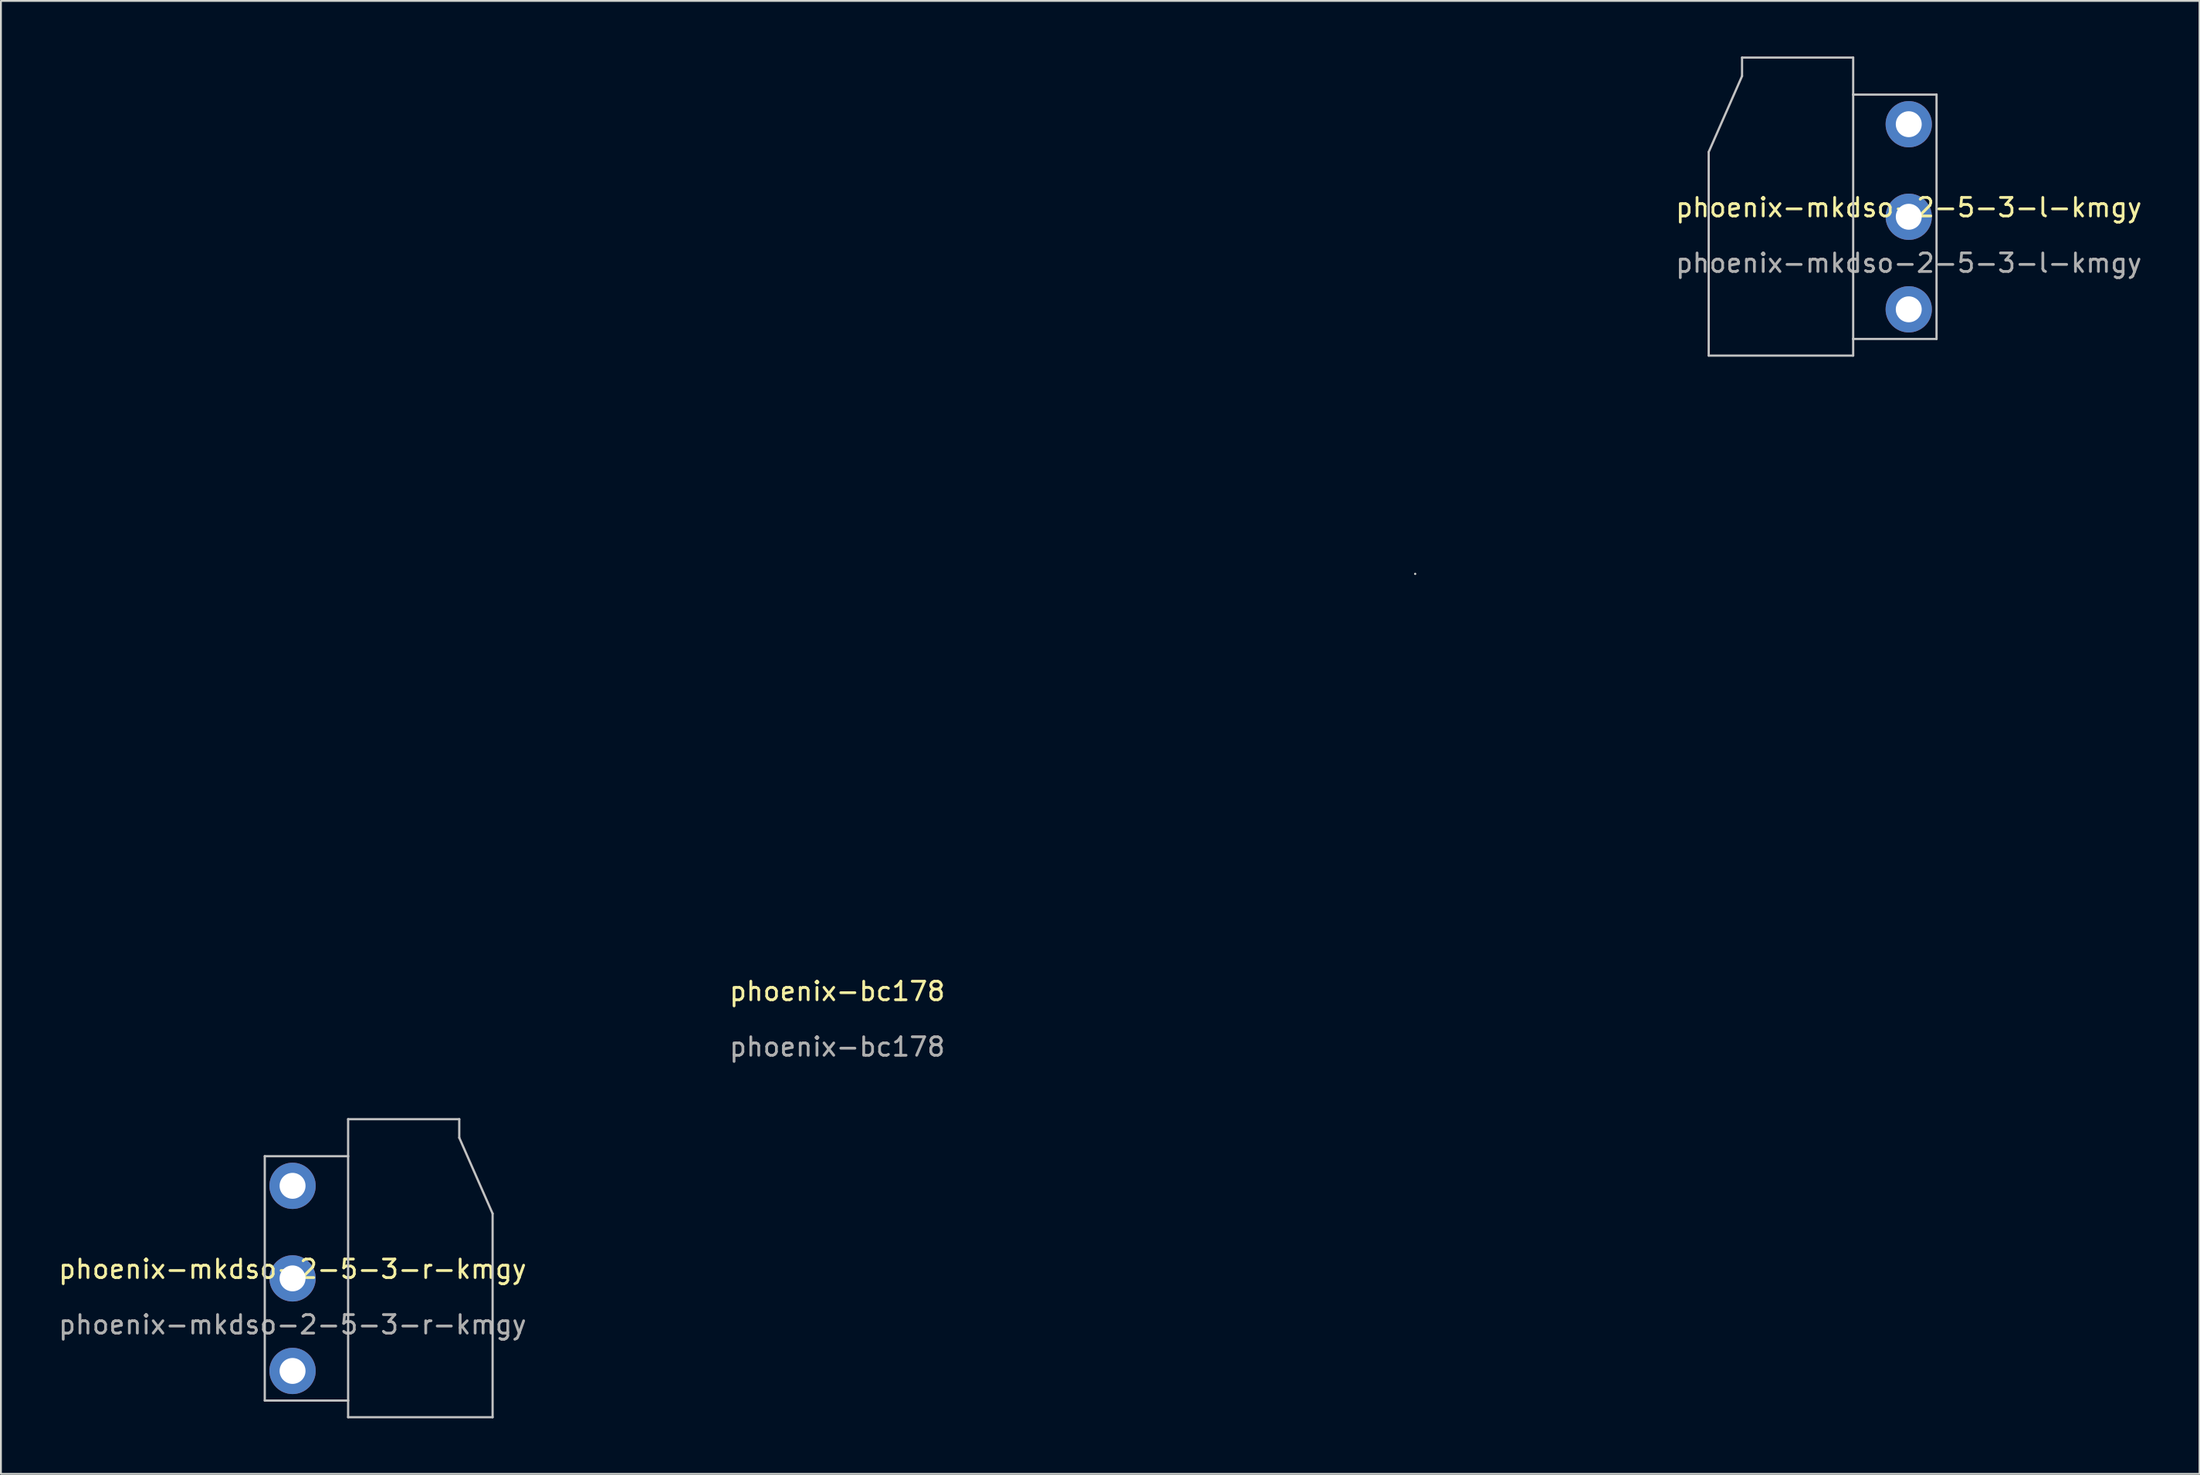
<source format=kicad_pcb>
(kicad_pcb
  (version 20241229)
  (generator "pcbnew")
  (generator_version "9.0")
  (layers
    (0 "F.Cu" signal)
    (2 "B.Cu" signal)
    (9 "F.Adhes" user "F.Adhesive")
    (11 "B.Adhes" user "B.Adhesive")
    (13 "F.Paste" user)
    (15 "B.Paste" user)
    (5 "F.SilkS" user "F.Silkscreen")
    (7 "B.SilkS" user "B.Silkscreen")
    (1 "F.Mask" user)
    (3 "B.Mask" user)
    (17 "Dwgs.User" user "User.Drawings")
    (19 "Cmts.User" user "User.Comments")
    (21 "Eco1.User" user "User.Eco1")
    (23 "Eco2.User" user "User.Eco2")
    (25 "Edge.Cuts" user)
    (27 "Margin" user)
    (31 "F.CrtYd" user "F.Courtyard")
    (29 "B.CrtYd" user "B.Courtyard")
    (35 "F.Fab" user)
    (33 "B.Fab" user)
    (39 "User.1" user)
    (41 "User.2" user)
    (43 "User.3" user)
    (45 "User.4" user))
  (footprint "phoenix-bc178"
    (layer "F.Cu")
    (at 42.151 51.001)
    (property "Reference" "phoenix-bc178" (at 0 -0.5 0) (unlocked yes) (layer "F.SilkS") (effects (font (size 1 1) (thickness 0.15))))
    (fp_line (start -28.8 -18.15) (end -30.95 -18.15) (stroke (width 0.001) (type solid)) (layer "Dwgs.User"))
    (fp_line (start -28.8 -18.15) (end -28.8 -20.3) (stroke (width 0.001) (type solid)) (layer "Dwgs.User"))
    (fp_line (start -28.8 -18.15) (end -28.8 -16) (stroke (width 0.001) (type solid)) (layer "Dwgs.User"))
    (fp_line (start -28.8 -18.15) (end -26.65 -18.15) (stroke (width 0.001) (type solid)) (layer "Dwgs.User"))
    (fp_line (start -28.8 -13.15) (end -30.95 -13.15) (stroke (width 0.001) (type solid)) (layer "Dwgs.User"))
    (fp_line (start -28.8 -13.15) (end -28.8 -15.3) (stroke (width 0.001) (type solid)) (layer "Dwgs.User"))
    (fp_line (start -28.8 -13.15) (end -28.8 -11) (stroke (width 0.001) (type solid)) (layer "Dwgs.User"))
    (fp_line (start -28.8 -13.15) (end -26.65 -13.15) (stroke (width 0.001) (type solid)) (layer "Dwgs.User"))
    (fp_line (start -28.8 -8.15) (end -30.95 -8.15) (stroke (width 0.001) (type solid)) (layer "Dwgs.User"))
    (fp_line (start -28.8 -8.15) (end -28.8 -10.3) (stroke (width 0.001) (type solid)) (layer "Dwgs.User"))
    (fp_line (start -28.8 -8.15) (end -28.8 -6) (stroke (width 0.001) (type solid)) (layer "Dwgs.User"))
    (fp_line (start -28.8 -8.15) (end -26.65 -8.15) (stroke (width 0.001) (type solid)) (layer "Dwgs.User"))
    (fp_line (start -18.75 -35.65) (end -20.9 -35.65) (stroke (width 0.001) (type solid)) (layer "Dwgs.User"))
    (fp_line (start -18.75 -35.65) (end -18.75 -37.8) (stroke (width 0.001) (type solid)) (layer "Dwgs.User"))
    (fp_line (start -18.75 -35.65) (end -18.75 -33.5) (stroke (width 0.001) (type solid)) (layer "Dwgs.User"))
    (fp_line (start -18.75 -35.65) (end -16.6 -35.65) (stroke (width 0.001) (type solid)) (layer "Dwgs.User"))
    (fp_line (start -18.75 -30.65) (end -20.9 -30.65) (stroke (width 0.001) (type solid)) (layer "Dwgs.User"))
    (fp_line (start -18.75 -30.65) (end -18.75 -32.8) (stroke (width 0.001) (type solid)) (layer "Dwgs.User"))
    (fp_line (start -18.75 -30.65) (end -18.75 -28.5) (stroke (width 0.001) (type solid)) (layer "Dwgs.User"))
    (fp_line (start -18.75 -30.65) (end -16.6 -30.65) (stroke (width 0.001) (type solid)) (layer "Dwgs.User"))
    (fp_line (start -18.75 -25.65) (end -20.9 -25.65) (stroke (width 0.001) (type solid)) (layer "Dwgs.User"))
    (fp_line (start -18.75 -25.65) (end -18.75 -27.8) (stroke (width 0.001) (type solid)) (layer "Dwgs.User"))
    (fp_line (start -18.75 -25.65) (end -18.75 -23.5) (stroke (width 0.001) (type solid)) (layer "Dwgs.User"))
    (fp_line (start -18.75 -25.65) (end -16.6 -25.65) (stroke (width 0.001) (type solid)) (layer "Dwgs.User"))
    (fp_line (start 18.75 -35.65) (end 16.6 -35.65) (stroke (width 0.001) (type solid)) (layer "Dwgs.User"))
    (fp_line (start 18.75 -35.65) (end 18.75 -37.8) (stroke (width 0.001) (type solid)) (layer "Dwgs.User"))
    (fp_line (start 18.75 -35.65) (end 18.75 -33.5) (stroke (width 0.001) (type solid)) (layer "Dwgs.User"))
    (fp_line (start 18.75 -35.65) (end 20.9 -35.65) (stroke (width 0.001) (type solid)) (layer "Dwgs.User"))
    (fp_line (start 18.75 -30.65) (end 16.6 -30.65) (stroke (width 0.001) (type solid)) (layer "Dwgs.User"))
    (fp_line (start 18.75 -30.65) (end 18.75 -32.8) (stroke (width 0.001) (type solid)) (layer "Dwgs.User"))
    (fp_line (start 18.75 -30.65) (end 18.75 -28.5) (stroke (width 0.001) (type solid)) (layer "Dwgs.User"))
    (fp_line (start 18.75 -30.65) (end 20.9 -30.65) (stroke (width 0.001) (type solid)) (layer "Dwgs.User"))
    (fp_line (start 18.75 -25.65) (end 16.6 -25.65) (stroke (width 0.001) (type solid)) (layer "Dwgs.User"))
    (fp_line (start 18.75 -25.65) (end 18.75 -27.8) (stroke (width 0.001) (type solid)) (layer "Dwgs.User"))
    (fp_line (start 18.75 -25.65) (end 18.75 -23.5) (stroke (width 0.001) (type solid)) (layer "Dwgs.User"))
    (fp_line (start 18.75 -25.65) (end 20.9 -25.65) (stroke (width 0.001) (type solid)) (layer "Dwgs.User"))
    (fp_line (start 28.8 -18.15) (end 26.65 -18.15) (stroke (width 0.001) (type solid)) (layer "Dwgs.User"))
    (fp_line (start 28.8 -18.15) (end 28.8 -20.3) (stroke (width 0.001) (type solid)) (layer "Dwgs.User"))
    (fp_line (start 28.8 -18.15) (end 28.8 -16) (stroke (width 0.001) (type solid)) (layer "Dwgs.User"))
    (fp_line (start 28.8 -18.15) (end 30.95 -18.15) (stroke (width 0.001) (type solid)) (layer "Dwgs.User"))
    (fp_line (start 28.8 -13.15) (end 26.65 -13.15) (stroke (width 0.001) (type solid)) (layer "Dwgs.User"))
    (fp_line (start 28.8 -13.15) (end 28.8 -15.3) (stroke (width 0.001) (type solid)) (layer "Dwgs.User"))
    (fp_line (start 28.8 -13.15) (end 28.8 -11) (stroke (width 0.001) (type solid)) (layer "Dwgs.User"))
    (fp_line (start 28.8 -13.15) (end 30.95 -13.15) (stroke (width 0.001) (type solid)) (layer "Dwgs.User"))
    (fp_line (start 28.8 -8.15) (end 26.65 -8.15) (stroke (width 0.001) (type solid)) (layer "Dwgs.User"))
    (fp_line (start 28.8 -8.15) (end 28.8 -10.3) (stroke (width 0.001) (type solid)) (layer "Dwgs.User"))
    (fp_line (start 28.8 -8.15) (end 28.8 -6) (stroke (width 0.001) (type solid)) (layer "Dwgs.User"))
    (fp_line (start 28.8 -8.15) (end 30.95 -8.15) (stroke (width 0.001) (type solid)) (layer "Dwgs.User"))
    (fp_line (start 31.2 -23.05) (end 31.2 -23.05) (stroke (width 0.12) (type solid)) (layer "Edge.Cuts"))
    (fp_poly (pts (arc (start 19.198528 -44.998528) (mid 19.549992 -44.149992) (end 20.398528 -43.798528)) (xy 21.15 -43.8) (arc (start 21.148528 -24.248528) (mid 21.499992 -23.399992) (end 22.348528 -23.048528)) (xy 31.2 -23.05) (arc (start 31.198528 -6.748528) (mid 31.549992 -5.899992) (end 32.398528 -5.548528)) (xy 42.15 -5.55) (xy 42.15 0) (xy 23.8 0) (arc (start 20.798528 -2.998528) (mid 20.40922 -3.258655) (end 19.95 -3.35)) (xy 14.4 -3.35) (arc (start 14.401472 -5.701472) (mid 14.050008 -6.550008) (end 13.201472 -6.901472)) (arc (start -13.2 -6.9) (mid -14.048528 -6.548528) (end -14.4 -5.7)) (xy -14.4 -3.35) (arc (start -20 -3.35) (mid -20.495437 -3.252232) (end -20.9 -2.95)) (xy -23.85 0) (xy -42.15 0) (xy -42.15 -5.55) (arc (start -32.398528 -5.548528) (mid -31.55 -5.9) (end -31.198528 -6.748528)) (xy -31.2 -23.05) (arc (start -22.348528 -23.048528) (mid -21.5 -23.4) (end -21.148528 -24.248528)) (xy -21.15 -43.8) (arc (start -20.398528 -43.798528) (mid -19.55 -44.15) (end -19.198528 -44.998528)) (xy -19.2 -50.1) (xy -18.7 -51) (xy 18.7 -51) (xy 19.2 -50.1)) (stroke (width 0.001) (type solid)) (fill no) (layer "Edge.Cuts"))
    (fp_text user "${REFERENCE}" (at 0 2.5 0) (unlocked yes) (layer "F.Fab") (effects (font (size 1 1) (thickness 0.15))))
    (zone (net_name "") (layers "*.SilkS") (hatch edge 0.508) (connect_pads) (min_thickness 0.254) (filled_areas_thickness no) (keepout (tracks allowed) (vias allowed) (pads allowed) (copperpour allowed) (footprints not_allowed)) (placement (enabled no)) (fill) (polygon (pts (xy 22.151 11.2) (xy 21.05 11.2) (xy 21.05 7.2) (xy 22.151 7.2))))
    (zone (net_name "") (layers "*.SilkS") (hatch edge 0.508) (connect_pads) (min_thickness 0.254) (filled_areas_thickness no) (keepout (tracks allowed) (vias allowed) (pads allowed) (copperpour allowed) (footprints not_allowed)) (placement (enabled no)) (fill) (polygon (pts (xy 63.251 11.2) (xy 62.151 11.2) (xy 62.151 7.2) (xy 63.251 7.2))))
    (zone (net_name "") (layer "B.SilkS") (hatch edge 0.508) (connect_pads) (min_thickness 0.254) (filled_areas_thickness no) (keepout (tracks allowed) (vias allowed) (pads allowed) (copperpour allowed) (footprints not_allowed)) (placement (enabled no)) (fill) (polygon (pts (xy 26.171 47.66) (xy 24.581 47.66) (xy 24.581 37.681) (xy 26.171 37.681))))
    (zone (net_name "") (layer "B.SilkS") (hatch edge 0.508) (connect_pads) (min_thickness 0.254) (filled_areas_thickness no) (keepout (tracks allowed) (vias allowed) (pads allowed) (copperpour allowed) (footprints not_allowed)) (placement (enabled no)) (fill) (polygon (pts (xy 59.74 47.66) (xy 58.151 47.66) (xy 58.151 37.681) (xy 59.74 37.681)))))
  (footprint "phoenix-mkdso-2-5-3-r-kmgy"
    (layer "F.Cu")
    (at 12.744 66.009)
    (property "Reference" "phoenix-mkdso-2-5-3-r-kmgy" (at 0 -0.5 0) (unlocked yes) (layer "F.SilkS") (effects (font (size 1 1) (thickness 0.15))))
    (attr through_hole)
    (fp_line (start -1.5 -6.6) (end 3 -6.6) (stroke (width 0.12) (type solid)) (layer "Dwgs.User"))
    (fp_line (start -1.5 6.6) (end -1.5 -6.6) (stroke (width 0.12) (type solid)) (layer "Dwgs.User"))
    (fp_line (start 3 -8.6) (end 9 -8.6) (stroke (width 0.12) (type solid)) (layer "Dwgs.User"))
    (fp_line (start 3 -6.6) (end 3 -8.6) (stroke (width 0.12) (type solid)) (layer "Dwgs.User"))
    (fp_line (start 3 -6.6) (end 3 6.6) (stroke (width 0.12) (type solid)) (layer "Dwgs.User"))
    (fp_line (start 3 6.6) (end -1.5 6.6) (stroke (width 0.12) (type solid)) (layer "Dwgs.User"))
    (fp_line (start 3 7.5) (end 3 6.6) (stroke (width 0.12) (type solid)) (layer "Dwgs.User"))
    (fp_line (start 9 -8.6) (end 9 -7.6) (stroke (width 0.12) (type solid)) (layer "Dwgs.User"))
    (fp_line (start 9 -7.6) (end 10.8 -3.5) (stroke (width 0.12) (type solid)) (layer "Dwgs.User"))
    (fp_line (start 10.8 -3.5) (end 10.8 7.5) (stroke (width 0.12) (type solid)) (layer "Dwgs.User"))
    (fp_line (start 10.8 7.5) (end 3 7.5) (stroke (width 0.12) (type solid)) (layer "Dwgs.User"))
    (fp_text user "${REFERENCE}" (at 0 2.5 0) (unlocked yes) (layer "F.Fab") (effects (font (size 1 1) (thickness 0.15))))
    (pad "1" thru_hole circle (at 0 0) (size 2.5 2.5) (drill 1.4) (layers "*.Cu" "*.Mask"))
    (pad "2" thru_hole circle (at 0 -5) (size 2.5 2.5) (drill 1.4) (layers "*.Cu" "*.Mask"))
    (pad "3" thru_hole circle (at 0 5) (size 2.5 2.5) (drill 1.4) (layers "*.Cu" "*.Mask")))
  (footprint "phoenix-mkdso-2-5-3-l-kmgy"
    (layer "F.Cu")
    (at 99.997 8.66)
    (property "Reference" "phoenix-mkdso-2-5-3-l-kmgy" (at 0 -0.5 0) (unlocked yes) (layer "F.SilkS") (effects (font (size 1 1) (thickness 0.15))))
    (attr through_hole)
    (fp_line (start -10.8 -3.5) (end -10.8 7.5) (stroke (width 0.12) (type solid)) (layer "Dwgs.User"))
    (fp_line (start -10.8 7.5) (end -3 7.5) (stroke (width 0.12) (type solid)) (layer "Dwgs.User"))
    (fp_line (start -9 -8.6) (end -9 -7.6) (stroke (width 0.12) (type solid)) (layer "Dwgs.User"))
    (fp_line (start -9 -7.6) (end -10.8 -3.5) (stroke (width 0.12) (type solid)) (layer "Dwgs.User"))
    (fp_line (start -3 -8.6) (end -9 -8.6) (stroke (width 0.12) (type solid)) (layer "Dwgs.User"))
    (fp_line (start -3 -6.6) (end -3 -8.6) (stroke (width 0.12) (type solid)) (layer "Dwgs.User"))
    (fp_line (start -3 -6.6) (end -3 6.6) (stroke (width 0.12) (type solid)) (layer "Dwgs.User"))
    (fp_line (start -3 6.6) (end 1.5 6.6) (stroke (width 0.12) (type solid)) (layer "Dwgs.User"))
    (fp_line (start -3 7.5) (end -3 6.6) (stroke (width 0.12) (type solid)) (layer "Dwgs.User"))
    (fp_line (start 1.5 -6.6) (end -3 -6.6) (stroke (width 0.12) (type solid)) (layer "Dwgs.User"))
    (fp_line (start 1.5 6.6) (end 1.5 -6.6) (stroke (width 0.12) (type solid)) (layer "Dwgs.User"))
    (fp_text user "${REFERENCE}" (at 0 2.5 0) (unlocked yes) (layer "F.Fab") (effects (font (size 1 1) (thickness 0.15))))
    (pad "1" thru_hole circle (at 0 0) (size 2.5 2.5) (drill 1.4) (layers "*.Cu" "*.Mask"))
    (pad "2" thru_hole circle (at 0 5) (size 2.5 2.5) (drill 1.4) (layers "*.Cu" "*.Mask"))
    (pad "3" thru_hole circle (at 0 -5) (size 2.5 2.5) (drill 1.4) (layers "*.Cu" "*.Mask")))
  (gr_rect
    (start -3 -3)
    (end 115.694 76.569)
    (stroke (width 0.1) (type default))
    (fill no)
    (layer "Edge.Cuts")))
</source>
